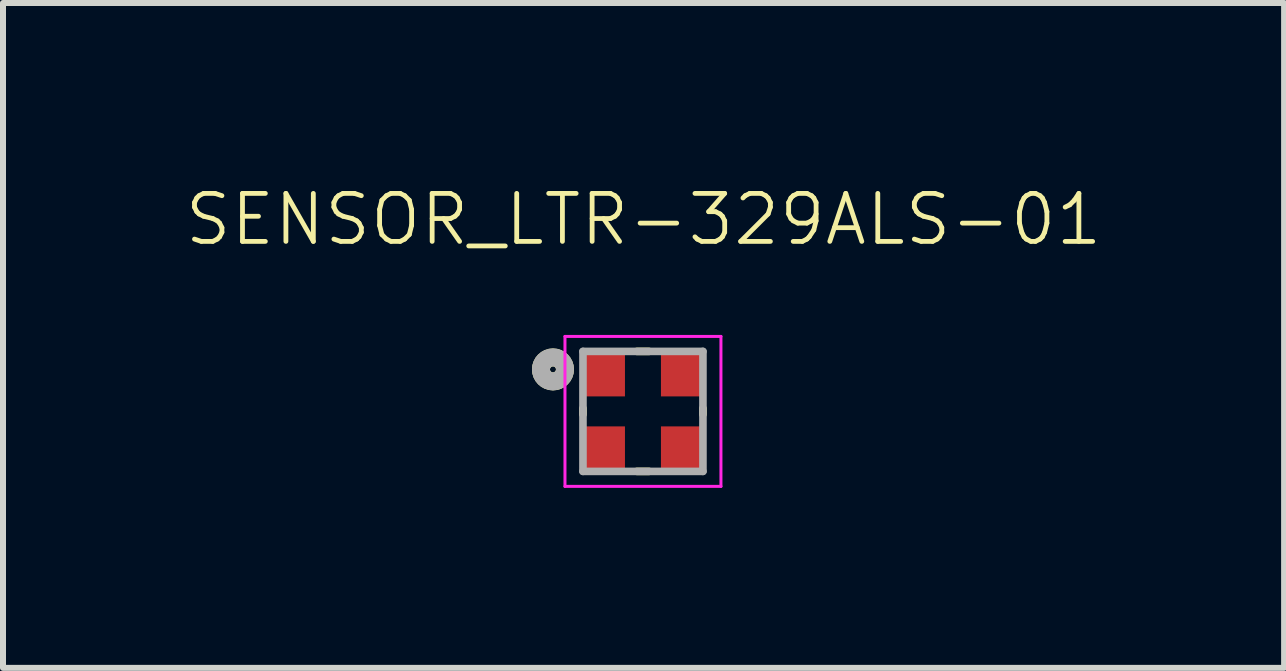
<source format=kicad_pcb>
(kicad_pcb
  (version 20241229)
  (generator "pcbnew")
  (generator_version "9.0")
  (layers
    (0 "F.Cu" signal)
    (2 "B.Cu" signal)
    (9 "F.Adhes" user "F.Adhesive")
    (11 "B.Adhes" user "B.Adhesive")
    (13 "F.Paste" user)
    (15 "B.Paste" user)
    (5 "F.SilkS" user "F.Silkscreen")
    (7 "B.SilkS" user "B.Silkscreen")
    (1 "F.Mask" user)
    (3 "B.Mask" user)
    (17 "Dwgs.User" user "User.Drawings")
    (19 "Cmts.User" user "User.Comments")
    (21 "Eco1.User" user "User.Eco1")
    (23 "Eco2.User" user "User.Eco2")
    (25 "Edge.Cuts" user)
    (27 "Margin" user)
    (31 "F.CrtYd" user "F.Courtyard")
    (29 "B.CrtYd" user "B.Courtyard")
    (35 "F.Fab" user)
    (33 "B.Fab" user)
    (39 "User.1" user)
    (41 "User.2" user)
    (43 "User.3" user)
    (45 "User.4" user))
  (footprint "SENSOR_LTR-329ALS-01"
    (layer "F.Cu")
    (at 7.668 3.808)
    (property "Reference" "SENSOR_LTR-329ALS-01" (at 0.01 -3.2 0) (layer "F.SilkS") (effects (font (size 0.8 0.8) (thickness 0.08))))
    (attr smd)
    (fp_line (start -1 -0.05) (end -1 0.05) (stroke (width 0.127) (type solid)) (layer "F.SilkS"))
    (fp_line (start 0.1 -1) (end -0.1 -1) (stroke (width 0.127) (type solid)) (layer "F.SilkS"))
    (fp_line (start 0.1 1) (end -0.1 1) (stroke (width 0.127) (type solid)) (layer "F.SilkS"))
    (fp_line (start 1 -0.05) (end 1 0.05) (stroke (width 0.127) (type solid)) (layer "F.SilkS"))
    (fp_circle (center -1.5 -0.7) (end -1.45 -0.7) (stroke (width 0.3) (type solid)) (fill no) (layer "F.SilkS"))
    (fp_line (start -1.3 -1.25) (end 1.3 -1.25) (stroke (width 0.05) (type solid)) (layer "F.CrtYd"))
    (fp_line (start -1.3 1.25) (end -1.3 -1.25) (stroke (width 0.05) (type solid)) (layer "F.CrtYd"))
    (fp_line (start 1.3 -1.25) (end 1.3 1.25) (stroke (width 0.05) (type solid)) (layer "F.CrtYd"))
    (fp_line (start 1.3 1.25) (end -1.3 1.25) (stroke (width 0.05) (type solid)) (layer "F.CrtYd"))
    (fp_line (start -1 -1) (end 1 -1) (stroke (width 0.127) (type solid)) (layer "F.Fab"))
    (fp_line (start -1 1) (end -1 -1) (stroke (width 0.127) (type solid)) (layer "F.Fab"))
    (fp_line (start 1 -1) (end 1 1) (stroke (width 0.127) (type solid)) (layer "F.Fab"))
    (fp_line (start 1 1) (end -1 1) (stroke (width 0.127) (type solid)) (layer "F.Fab"))
    (fp_circle (center -1.5 -0.7) (end -1.45 -0.7) (stroke (width 0.3) (type solid)) (fill no) (layer "F.Fab"))
    (pad "1" smd rect (at -0.675 -0.6 180) (size 0.75 0.7) (layers "F.Cu" "F.Mask" "F.Paste"))
    (pad "2" smd rect (at -0.675 0.6 180) (size 0.75 0.7) (layers "F.Cu" "F.Mask" "F.Paste"))
    (pad "3" smd rect (at 0.675 0.6 180) (size 0.75 0.7) (layers "F.Cu" "F.Mask" "F.Paste"))
    (pad "4" smd rect (at 0.675 -0.6 180) (size 0.75 0.7) (layers "F.Cu" "F.Mask" "F.Paste")))
  (gr_rect
    (start -3 -3)
    (end 18.356 8.083)
    (stroke (width 0.1) (type default))
    (fill no)
    (layer "Edge.Cuts")))
</source>
